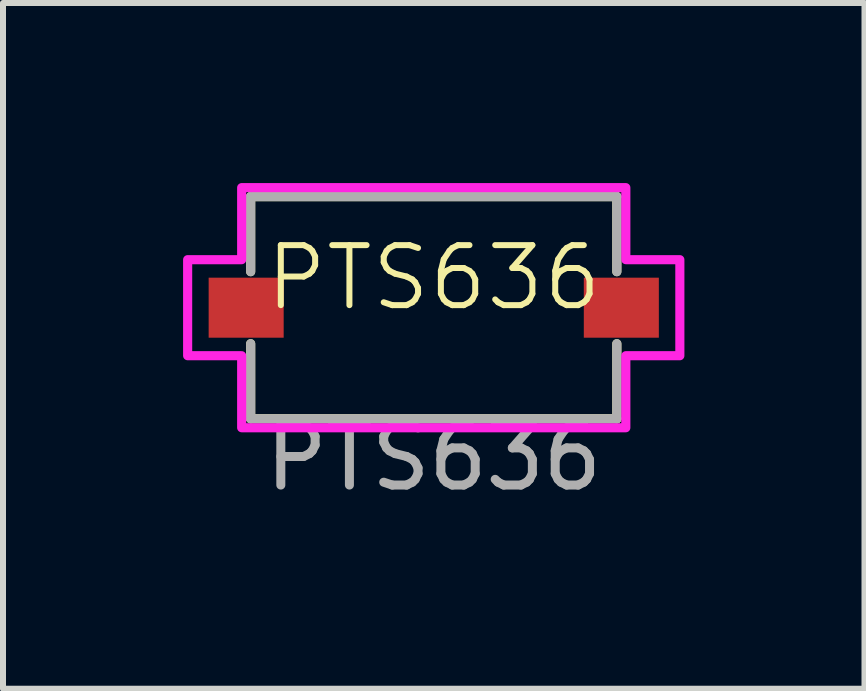
<source format=kicad_pcb>
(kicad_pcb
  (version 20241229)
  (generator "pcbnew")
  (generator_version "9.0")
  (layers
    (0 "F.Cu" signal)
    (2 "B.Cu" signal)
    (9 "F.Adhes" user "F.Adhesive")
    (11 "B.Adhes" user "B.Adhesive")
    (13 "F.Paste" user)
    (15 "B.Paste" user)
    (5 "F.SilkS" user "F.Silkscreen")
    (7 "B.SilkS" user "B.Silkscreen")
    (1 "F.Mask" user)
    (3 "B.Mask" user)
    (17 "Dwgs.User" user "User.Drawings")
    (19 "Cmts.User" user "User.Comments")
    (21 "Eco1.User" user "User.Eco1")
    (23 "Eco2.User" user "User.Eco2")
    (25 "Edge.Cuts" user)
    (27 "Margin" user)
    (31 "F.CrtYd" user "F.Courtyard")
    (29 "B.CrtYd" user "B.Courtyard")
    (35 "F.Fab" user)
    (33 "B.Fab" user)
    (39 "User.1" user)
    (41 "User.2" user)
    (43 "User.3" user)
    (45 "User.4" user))
  (footprint "PTS636"
    (layer "F.Cu")
    (at 4.176 2.076)
    (property "Reference" "PTS636" (at 0 -0.5 0) (unlocked yes) (layer "F.SilkS") (effects (font (size 1 1) (thickness 0.1))))
    (attr smd)
    (fp_line (start -3.05 -1.85) (end -3.05 -0.6) (stroke (width 0.152) (type default)) (layer "F.SilkS"))
    (fp_line (start -3.05 -1.85) (end 3.05 -1.85) (stroke (width 0.152) (type default)) (layer "F.SilkS"))
    (fp_line (start -3.05 1.85) (end -3.05 0.6) (stroke (width 0.152) (type default)) (layer "F.SilkS"))
    (fp_line (start 3.05 -1.85) (end 3.05 -0.6) (stroke (width 0.152) (type default)) (layer "F.SilkS"))
    (fp_line (start 3.05 1.85) (end -3.05 1.85) (stroke (width 0.152) (type default)) (layer "F.SilkS"))
    (fp_line (start 3.05 1.85) (end 3.05 0.6) (stroke (width 0.152) (type default)) (layer "F.SilkS"))
    (fp_poly (pts (xy 4.1 -0.8) (xy 4.1 0.8) (xy 3.2 0.8) (xy 3.2 2) (xy -3.2 2) (xy -3.2 0.8) (xy -4.1 0.8) (xy -4.1 -0.8) (xy -3.2 -0.8) (xy -3.2 -2) (xy 3.2 -2) (xy 3.2 -0.8)) (stroke (width 0.152) (type solid)) (fill no) (layer "F.CrtYd"))
    (fp_line (start -3.05 -1.85) (end -3.05 -0.6) (stroke (width 0.152) (type default)) (layer "F.Fab"))
    (fp_line (start -3.05 -1.85) (end 3.05 -1.85) (stroke (width 0.152) (type default)) (layer "F.Fab"))
    (fp_line (start -3.05 1.85) (end -3.05 0.6) (stroke (width 0.152) (type default)) (layer "F.Fab"))
    (fp_line (start 3.05 -1.85) (end 3.05 -0.6) (stroke (width 0.152) (type default)) (layer "F.Fab"))
    (fp_line (start 3.05 1.85) (end -3.05 1.85) (stroke (width 0.152) (type default)) (layer "F.Fab"))
    (fp_line (start 3.05 1.85) (end 3.05 0.6) (stroke (width 0.152) (type default)) (layer "F.Fab"))
    (fp_text user "${REFERENCE}" (at 0 2.5 0) (unlocked yes) (layer "F.Fab") (effects (font (size 1 1) (thickness 0.15))))
    (pad "1" smd rect (at -3.125 0) (size 1.25 1) (layers "F.Cu" "F.Mask" "F.Paste"))
    (pad "2" smd rect (at 3.125 0) (size 1.25 1) (layers "F.Cu" "F.Mask" "F.Paste")))
  (gr_rect
    (start -3 -3)
    (end 11.352 8.424)
    (stroke (width 0.1) (type default))
    (fill no)
    (layer "Edge.Cuts")))
</source>
